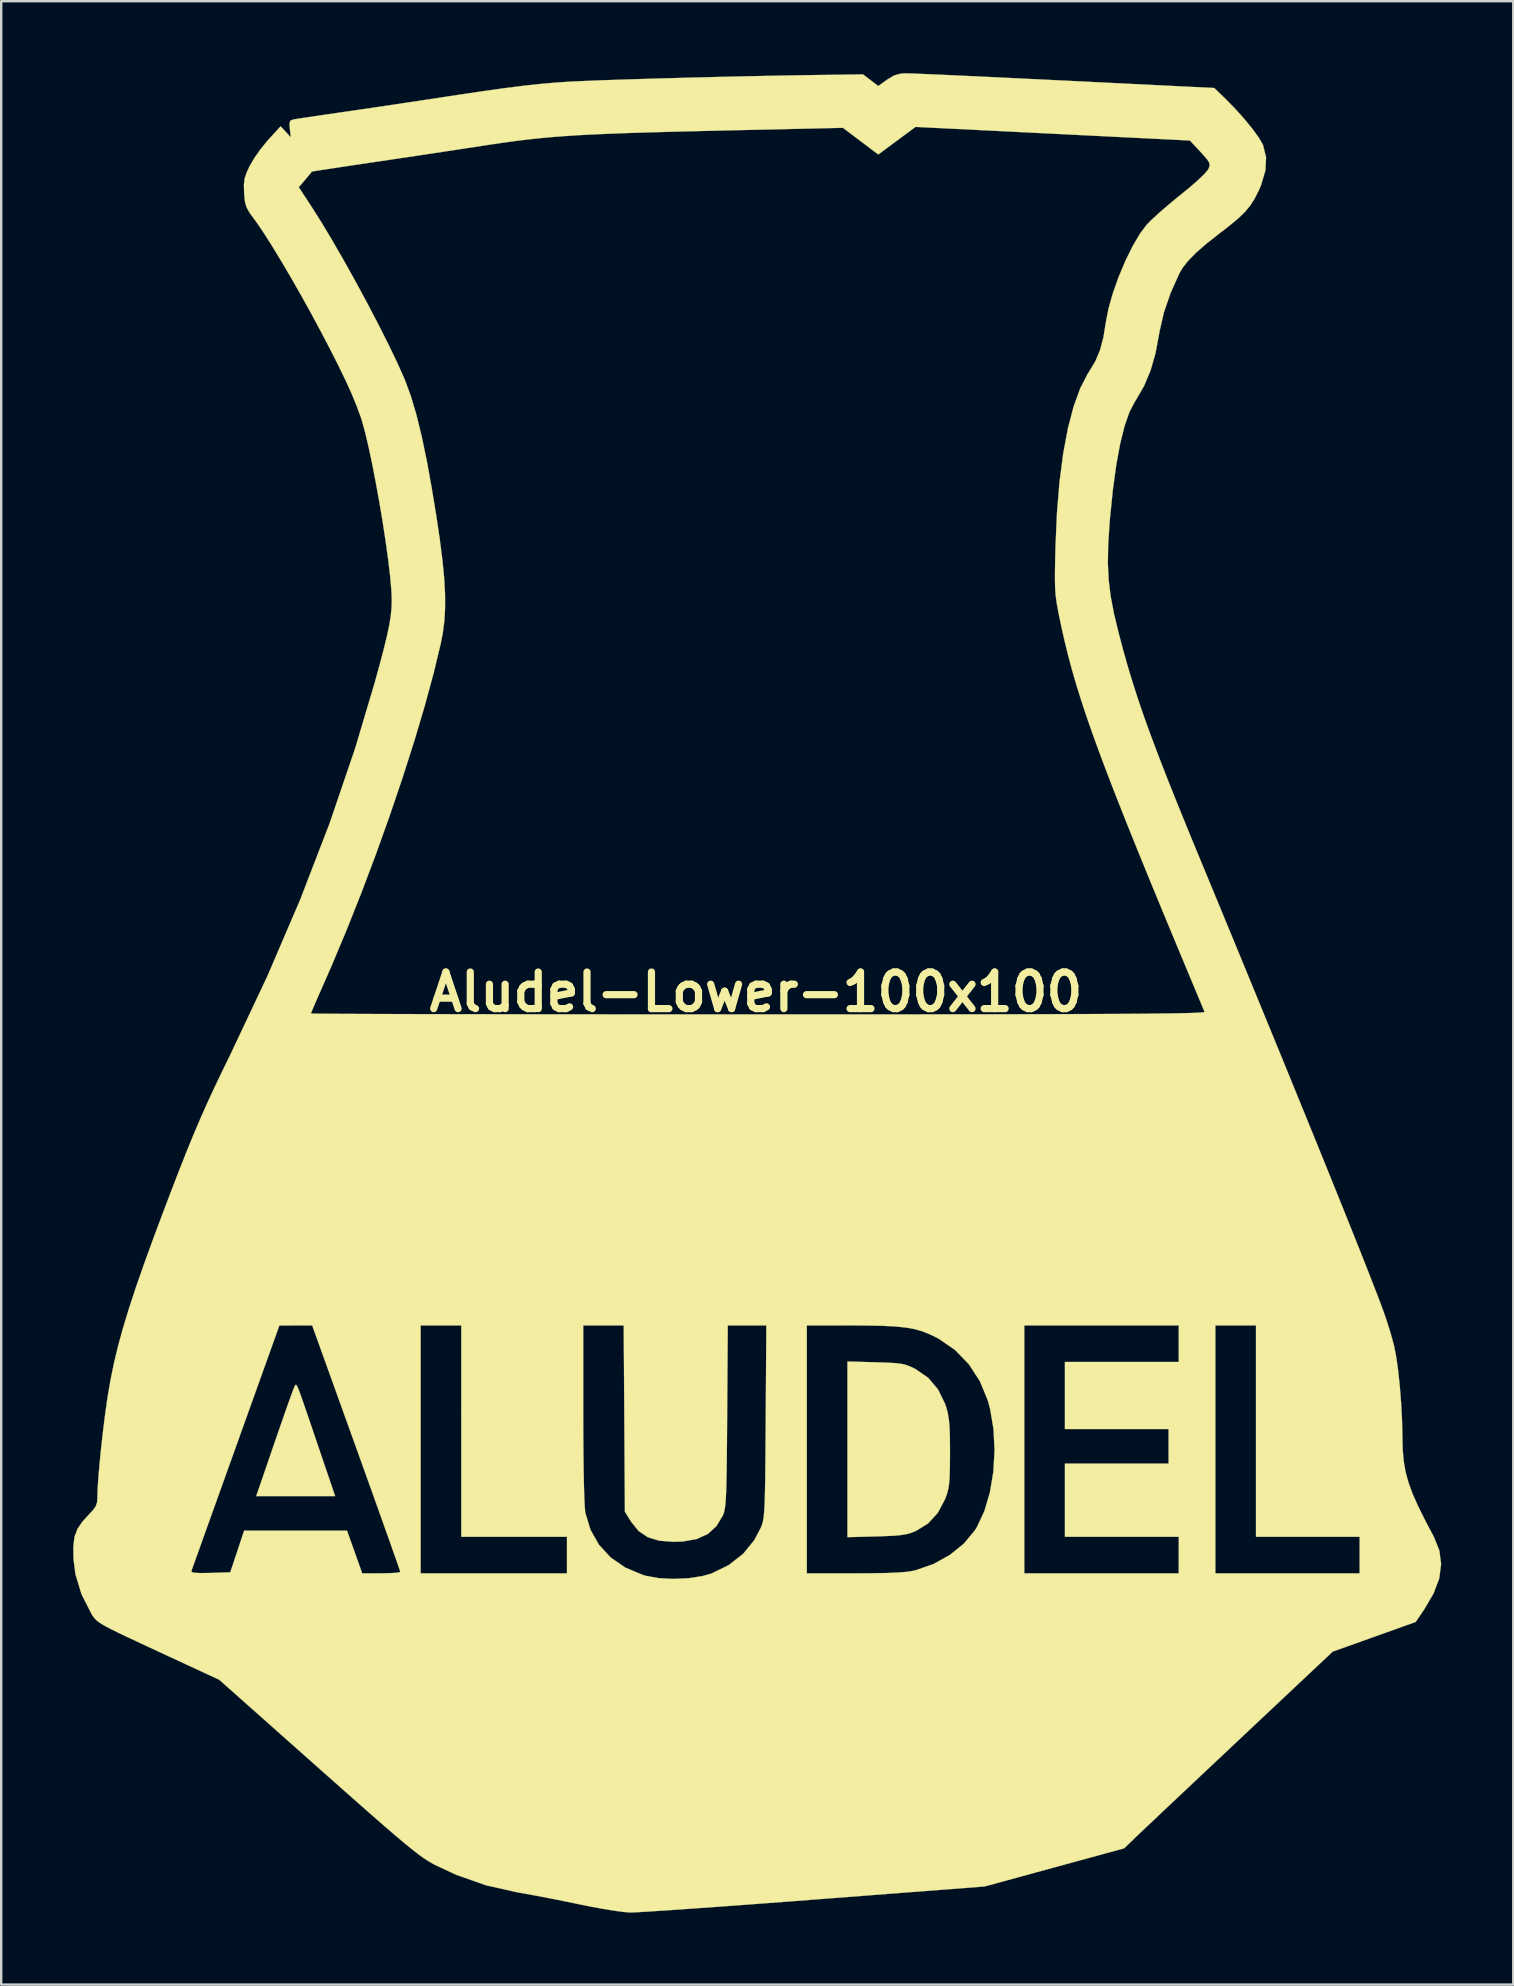
<source format=kicad_pcb>
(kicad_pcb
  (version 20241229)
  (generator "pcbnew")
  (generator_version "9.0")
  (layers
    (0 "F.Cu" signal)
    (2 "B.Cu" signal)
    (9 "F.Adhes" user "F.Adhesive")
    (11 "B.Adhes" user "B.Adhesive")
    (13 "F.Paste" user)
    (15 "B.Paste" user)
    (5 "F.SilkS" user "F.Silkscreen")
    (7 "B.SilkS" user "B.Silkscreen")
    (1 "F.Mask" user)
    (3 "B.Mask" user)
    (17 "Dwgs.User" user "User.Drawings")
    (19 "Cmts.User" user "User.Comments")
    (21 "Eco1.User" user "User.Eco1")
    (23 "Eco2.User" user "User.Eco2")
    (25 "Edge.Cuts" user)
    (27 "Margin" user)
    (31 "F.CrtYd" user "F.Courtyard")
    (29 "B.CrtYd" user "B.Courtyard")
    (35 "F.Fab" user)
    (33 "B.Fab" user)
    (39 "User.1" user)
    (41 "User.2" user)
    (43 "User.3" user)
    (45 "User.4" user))
  (footprint "Aludel-Lower-100x100"
    (layer "F.Cu")
    (at 28.442 38.276)
    (property "Reference" "Aludel-Lower-100x100" (at 0 0 0) (layer "F.SilkS") (effects (font (size 1.524 1.524) (thickness 0.3))))
    (attr through_hole)
    (fp_poly (pts (xy -19.153 16.365) (xy -19.118 16.414) (xy -19.067 16.525) (xy -18.995 16.714) (xy -18.894 16.996) (xy -18.759 17.385) (xy -18.585 17.897) (xy -18.364 18.547) (xy -18.25 18.883) (xy -17.532 20.997) (xy -20.818 20.997) (xy -20.059 18.786) (xy -19.858 18.201) (xy -19.67 17.663) (xy -19.506 17.196) (xy -19.371 16.822) (xy -19.275 16.562) (xy -19.225 16.439) (xy -19.224 16.437) (xy -19.2 16.391) (xy -19.178 16.362) (xy -19.153 16.365)) (stroke (width 0.01) (type solid)) (fill yes) (layer "F.SilkS"))
    (fp_poly (pts (xy 4.983 15.422) (xy 5.459 15.438) (xy 5.805 15.457) (xy 6.059 15.488) (xy 6.26 15.536) (xy 6.447 15.608) (xy 6.653 15.709) (xy 7.171 16.067) (xy 7.582 16.552) (xy 7.877 17.153) (xy 7.927 17.301) (xy 7.99 17.542) (xy 8.034 17.804) (xy 8.063 18.121) (xy 8.077 18.53) (xy 8.081 19.064) (xy 8.081 19.219) (xy 8.077 19.754) (xy 8.067 20.154) (xy 8.047 20.453) (xy 8.013 20.685) (xy 7.962 20.885) (xy 7.891 21.086) (xy 7.88 21.114) (xy 7.574 21.694) (xy 7.163 22.14) (xy 6.667 22.445) (xy 6.463 22.527) (xy 6.253 22.585) (xy 6 22.625) (xy 5.667 22.651) (xy 5.215 22.669) (xy 5.016 22.675) (xy 3.81 22.707) (xy 3.81 15.39) (xy 4.983 15.422)) (stroke (width 0.01) (type solid)) (fill yes) (layer "F.SilkS"))
    (fp_poly (pts (xy 6.387 -38.268) (xy 6.692 -38.256) (xy 7.138 -38.237) (xy 7.71 -38.212) (xy 8.393 -38.181) (xy 9.173 -38.145) (xy 10.036 -38.104) (xy 10.968 -38.059) (xy 11.954 -38.011) (xy 12.869 -37.967) (xy 19.092 -37.66) (xy 19.585 -37.181) (xy 19.977 -36.78) (xy 20.35 -36.362) (xy 20.681 -35.957) (xy 20.941 -35.598) (xy 21.107 -35.316) (xy 21.123 -35.28) (xy 21.248 -34.774) (xy 21.219 -34.218) (xy 21.036 -33.605) (xy 20.953 -33.413) (xy 20.778 -33.065) (xy 20.593 -32.77) (xy 20.369 -32.499) (xy 20.079 -32.22) (xy 19.692 -31.901) (xy 19.372 -31.654) (xy 18.788 -31.196) (xy 18.336 -30.804) (xy 17.999 -30.461) (xy 17.758 -30.151) (xy 17.646 -29.958) (xy 17.275 -29.134) (xy 16.992 -28.31) (xy 16.814 -27.539) (xy 16.804 -27.475) (xy 16.644 -26.62) (xy 16.436 -25.891) (xy 16.165 -25.248) (xy 15.818 -24.65) (xy 15.782 -24.596) (xy 15.559 -24.17) (xy 15.354 -23.582) (xy 15.169 -22.838) (xy 15.005 -21.944) (xy 14.864 -20.906) (xy 14.745 -19.73) (xy 14.724 -19.473) (xy 14.67 -18.61) (xy 14.657 -17.859) (xy 14.691 -17.168) (xy 14.775 -16.483) (xy 14.915 -15.753) (xy 15.099 -14.986) (xy 15.286 -14.279) (xy 15.48 -13.587) (xy 15.69 -12.895) (xy 15.919 -12.184) (xy 16.176 -11.436) (xy 16.466 -10.634) (xy 16.796 -9.761) (xy 17.172 -8.798) (xy 17.6 -7.729) (xy 18.086 -6.536) (xy 18.476 -5.591) (xy 19.269 -3.674) (xy 20.034 -1.82) (xy 20.768 -0.036) (xy 21.469 1.671) (xy 22.134 3.294) (xy 22.759 4.827) (xy 23.344 6.263) (xy 23.883 7.594) (xy 24.376 8.815) (xy 24.818 9.917) (xy 25.208 10.895) (xy 25.542 11.742) (xy 25.818 12.451) (xy 26.033 13.014) (xy 26.136 13.293) (xy 26.288 13.735) (xy 26.437 14.215) (xy 26.558 14.65) (xy 26.589 14.774) (xy 26.673 15.213) (xy 26.751 15.778) (xy 26.819 16.429) (xy 26.874 17.122) (xy 26.911 17.815) (xy 26.927 18.467) (xy 26.927 18.5) (xy 26.939 19.039) (xy 26.979 19.519) (xy 27.055 19.969) (xy 27.176 20.418) (xy 27.351 20.897) (xy 27.59 21.435) (xy 27.902 22.061) (xy 28.236 22.691) (xy 28.465 23.258) (xy 28.54 23.832) (xy 28.461 24.427) (xy 28.225 25.052) (xy 27.838 25.712) (xy 27.481 26.239) (xy 24.024 27.474) (xy 20.119 31.147) (xy 19.422 31.803) (xy 18.751 32.434) (xy 18.118 33.031) (xy 17.535 33.58) (xy 17.013 34.072) (xy 16.566 34.495) (xy 16.204 34.836) (xy 15.941 35.086) (xy 15.787 35.233) (xy 15.776 35.244) (xy 15.338 35.668) (xy 12.432 36.462) (xy 9.525 37.257) (xy 2.413 37.804) (xy 1.318 37.888) (xy 0.261 37.967) (xy -0.743 38.042) (xy -1.682 38.11) (xy -2.542 38.171) (xy -3.308 38.225) (xy -3.968 38.269) (xy -4.508 38.304) (xy -4.914 38.328) (xy -5.173 38.34) (xy -5.249 38.341) (xy -5.515 38.32) (xy -5.906 38.267) (xy -6.382 38.189) (xy -6.905 38.093) (xy -7.324 38.008) (xy -7.913 37.886) (xy -8.544 37.76) (xy -9.158 37.643) (xy -9.696 37.544) (xy -9.948 37.501) (xy -11.238 37.211) (xy -12.474 36.777) (xy -13.377 36.356) (xy -13.535 36.27) (xy -13.702 36.17) (xy -13.887 36.045) (xy -14.101 35.887) (xy -14.356 35.688) (xy -14.661 35.438) (xy -15.028 35.129) (xy -15.467 34.751) (xy -15.988 34.297) (xy -16.603 33.756) (xy -17.321 33.121) (xy -18.154 32.382) (xy -18.228 32.316) (xy -22.359 28.647) (xy -24.901 27.469) (xy -25.593 27.147) (xy -26.149 26.887) (xy -26.585 26.679) (xy -26.917 26.514) (xy -27.163 26.381) (xy -27.341 26.272) (xy -27.465 26.177) (xy -27.555 26.086) (xy -27.626 25.99) (xy -27.677 25.909) (xy -28.098 25.081) (xy -28.351 24.242) (xy -28.367 24.112) (xy -23.519 24.112) (xy -23.501 24.163) (xy -23.388 24.192) (xy -23.155 24.203) (xy -22.779 24.198) (xy -22.729 24.197) (xy -21.9 24.172) (xy -21.611 23.305) (xy -21.322 22.437) (xy -17.036 22.437) (xy -16.403 24.215) (xy -15.61 24.215) (xy -15.267 24.208) (xy -14.998 24.192) (xy -14.842 24.168) (xy -14.817 24.152) (xy -14.845 24.064) (xy -14.925 23.829) (xy -15.054 23.463) (xy -15.225 22.978) (xy -15.435 22.388) (xy -15.678 21.706) (xy -15.949 20.946) (xy -16.245 20.122) (xy -16.559 19.246) (xy -16.652 18.987) (xy -18.488 13.885) (xy -13.97 13.885) (xy -13.97 24.215) (xy -7.874 24.215) (xy -7.874 22.691) (xy -12.277 22.691) (xy -12.277 13.885) (xy -7.197 13.885) (xy -7.197 17.557) (xy -7.195 18.414) (xy -7.189 19.209) (xy -7.18 19.925) (xy -7.167 20.545) (xy -7.152 21.052) (xy -7.135 21.427) (xy -7.115 21.655) (xy -7.111 21.684) (xy -6.895 22.401) (xy -6.539 23.028) (xy -6.052 23.556) (xy -5.443 23.975) (xy -4.72 24.278) (xy -4.572 24.321) (xy -4.042 24.416) (xy -3.433 24.447) (xy -2.807 24.417) (xy -2.228 24.328) (xy -1.842 24.218) (xy -1.837 24.215) (xy 2.117 24.215) (xy 4.131 24.215) (xy 4.855 24.212) (xy 5.432 24.201) (xy 5.884 24.183) (xy 6.234 24.156) (xy 6.502 24.118) (xy 6.65 24.086) (xy 7.399 23.824) (xy 8.079 23.446) (xy 8.662 22.973) (xy 9.119 22.423) (xy 9.204 22.287) (xy 9.517 21.615) (xy 9.746 20.832) (xy 9.888 19.978) (xy 9.938 19.089) (xy 9.894 18.206) (xy 9.753 17.366) (xy 9.658 17.014) (xy 9.328 16.212) (xy 8.869 15.506) (xy 8.293 14.91) (xy 7.612 14.441) (xy 7.565 14.416) (xy 7.246 14.258) (xy 6.935 14.134) (xy 6.604 14.04) (xy 6.228 13.973) (xy 5.78 13.928) (xy 5.233 13.901) (xy 4.561 13.889) (xy 4.043 13.887) (xy 2.117 13.885) (xy 11.176 13.885) (xy 11.176 24.215) (xy 17.611 24.215) (xy 17.611 22.691) (xy 12.869 22.691) (xy 12.869 19.643) (xy 17.187 19.643) (xy 17.187 18.203) (xy 12.869 18.203) (xy 12.869 15.409) (xy 17.611 15.409) (xy 17.611 13.885) (xy 19.135 13.885) (xy 19.135 24.215) (xy 25.146 24.215) (xy 25.146 22.691) (xy 20.828 22.691) (xy 20.828 13.885) (xy 19.135 13.885) (xy 17.611 13.885) (xy 11.176 13.885) (xy 2.117 13.885) (xy 2.117 24.215) (xy -1.837 24.215) (xy -1.133 23.868) (xy -0.539 23.404) (xy -0.072 22.834) (xy 0.212 22.292) (xy 0.251 22.189) (xy 0.284 22.075) (xy 0.31 21.935) (xy 0.332 21.753) (xy 0.35 21.513) (xy 0.364 21.2) (xy 0.375 20.797) (xy 0.384 20.289) (xy 0.391 19.66) (xy 0.398 18.895) (xy 0.404 17.978) (xy 0.405 17.886) (xy 0.431 13.885) (xy -1.176 13.885) (xy -1.202 17.674) (xy -1.208 18.583) (xy -1.215 19.339) (xy -1.223 19.958) (xy -1.233 20.454) (xy -1.245 20.845) (xy -1.26 21.146) (xy -1.279 21.372) (xy -1.302 21.541) (xy -1.331 21.667) (xy -1.365 21.766) (xy -1.38 21.802) (xy -1.648 22.247) (xy -2.003 22.571) (xy -2.46 22.781) (xy -3.035 22.886) (xy -3.433 22.901) (xy -4.033 22.854) (xy -4.511 22.707) (xy -4.893 22.448) (xy -5.2 22.067) (xy -5.206 22.058) (xy -5.461 21.646) (xy -5.485 17.766) (xy -5.51 13.885) (xy -7.197 13.885) (xy -12.277 13.885) (xy -13.97 13.885) (xy -18.488 13.885) (xy -19.854 13.889) (xy -21.667 18.946) (xy -21.984 19.831) (xy -22.285 20.671) (xy -22.565 21.45) (xy -22.818 22.157) (xy -23.04 22.776) (xy -23.225 23.294) (xy -23.37 23.697) (xy -23.468 23.971) (xy -23.516 24.103) (xy -23.519 24.112) (xy -28.367 24.112) (xy -28.43 23.611) (xy -28.437 23.095) (xy -28.388 22.695) (xy -28.265 22.365) (xy -28.055 22.056) (xy -27.846 21.826) (xy -27.626 21.592) (xy -27.502 21.418) (xy -27.446 21.247) (xy -27.432 21.021) (xy -27.432 20.958) (xy -27.42 20.62) (xy -27.388 20.15) (xy -27.338 19.585) (xy -27.275 18.96) (xy -27.202 18.31) (xy -27.123 17.673) (xy -27.042 17.084) (xy -27 16.806) (xy -26.881 16.122) (xy -26.74 15.437) (xy -26.57 14.73) (xy -26.364 13.983) (xy -26.118 13.174) (xy -25.825 12.284) (xy -25.479 11.294) (xy -25.074 10.182) (xy -24.765 9.356) (xy -24.379 8.337) (xy -24.037 7.45) (xy -23.728 6.668) (xy -23.439 5.961) (xy -23.159 5.302) (xy -22.876 4.663) (xy -22.577 4.017) (xy -22.252 3.335) (xy -21.893 2.6) (xy -20.36 -0.649) (xy -18.986 -3.851) (xy -17.766 -7.016) (xy -16.698 -10.15) (xy -15.888 -12.869) (xy -15.671 -13.657) (xy -15.5 -14.307) (xy -15.37 -14.843) (xy -15.276 -15.288) (xy -15.215 -15.667) (xy -15.181 -16.003) (xy -15.172 -16.32) (xy -15.183 -16.642) (xy -15.19 -16.764) (xy -15.243 -17.351) (xy -15.325 -18.043) (xy -15.432 -18.809) (xy -15.557 -19.621) (xy -15.697 -20.45) (xy -15.845 -21.265) (xy -15.996 -22.039) (xy -16.146 -22.742) (xy -16.289 -23.344) (xy -16.42 -23.817) (xy -16.459 -23.937) (xy -16.627 -24.397) (xy -16.828 -24.89) (xy -17.076 -25.438) (xy -17.379 -26.066) (xy -17.749 -26.797) (xy -18.103 -27.474) (xy -18.51 -28.233) (xy -18.934 -28.998) (xy -19.36 -29.744) (xy -19.773 -30.446) (xy -20.159 -31.08) (xy -20.503 -31.622) (xy -20.79 -32.046) (xy -20.881 -32.169) (xy -21.089 -32.457) (xy -21.215 -32.676) (xy -21.281 -32.886) (xy -21.314 -33.15) (xy -21.323 -33.294) (xy -21.329 -33.527) (xy -19.046 -33.527) (xy -18.506 -32.702) (xy -18.095 -32.052) (xy -17.643 -31.298) (xy -17.166 -30.47) (xy -16.68 -29.598) (xy -16.201 -28.711) (xy -15.745 -27.84) (xy -15.329 -27.015) (xy -14.967 -26.264) (xy -14.677 -25.619) (xy -14.617 -25.477) (xy -14.376 -24.822) (xy -14.145 -24.044) (xy -13.921 -23.129) (xy -13.701 -22.068) (xy -13.507 -20.992) (xy -13.32 -19.856) (xy -13.173 -18.866) (xy -13.063 -18.004) (xy -12.99 -17.25) (xy -12.953 -16.588) (xy -12.951 -15.997) (xy -12.982 -15.461) (xy -13.046 -14.959) (xy -13.127 -14.541) (xy -13.426 -13.295) (xy -13.798 -11.926) (xy -14.233 -10.461) (xy -14.724 -8.925) (xy -15.26 -7.343) (xy -15.833 -5.742) (xy -16.434 -4.148) (xy -17.054 -2.586) (xy -17.685 -1.081) (xy -17.985 -0.398) (xy -18.172 0.026) (xy -18.333 0.394) (xy -18.455 0.678) (xy -18.527 0.852) (xy -18.542 0.894) (xy -18.459 0.897) (xy -18.214 0.901) (xy -17.814 0.904) (xy -17.269 0.907) (xy -16.585 0.91) (xy -15.769 0.913) (xy -14.83 0.916) (xy -13.775 0.919) (xy -12.612 0.921) (xy -11.349 0.923) (xy -9.992 0.925) (xy -8.55 0.927) (xy -7.031 0.928) (xy -5.442 0.93) (xy -3.79 0.931) (xy -2.083 0.931) (xy -0.33 0.931) (xy 0.094 0.931) (xy 2.258 0.931) (xy 4.258 0.931) (xy 6.1 0.93) (xy 7.79 0.928) (xy 9.333 0.927) (xy 10.735 0.924) (xy 12.001 0.922) (xy 13.138 0.918) (xy 14.149 0.914) (xy 15.043 0.91) (xy 15.823 0.905) (xy 16.496 0.899) (xy 17.067 0.892) (xy 17.541 0.885) (xy 17.925 0.877) (xy 18.225 0.868) (xy 18.444 0.858) (xy 18.591 0.848) (xy 18.669 0.836) (xy 18.686 0.826) (xy 18.636 0.706) (xy 18.537 0.469) (xy 18.405 0.153) (xy 18.306 -0.085) (xy 17.608 -1.757) (xy 16.974 -3.284) (xy 16.4 -4.676) (xy 15.883 -5.944) (xy 15.419 -7.097) (xy 15.004 -8.147) (xy 14.634 -9.102) (xy 14.306 -9.974) (xy 14.016 -10.772) (xy 13.76 -11.507) (xy 13.535 -12.19) (xy 13.336 -12.829) (xy 13.16 -13.436) (xy 13.004 -14.02) (xy 12.863 -14.593) (xy 12.734 -15.163) (xy 12.646 -15.579) (xy 12.575 -15.933) (xy 12.522 -16.232) (xy 12.485 -16.51) (xy 12.463 -16.801) (xy 12.454 -17.136) (xy 12.455 -17.551) (xy 12.465 -18.077) (xy 12.476 -18.542) (xy 12.537 -19.953) (xy 12.644 -21.252) (xy 12.797 -22.431) (xy 12.993 -23.48) (xy 13.231 -24.391) (xy 13.508 -25.156) (xy 13.825 -25.766) (xy 13.884 -25.856) (xy 14.142 -26.288) (xy 14.333 -26.746) (xy 14.473 -27.276) (xy 14.574 -27.898) (xy 14.685 -28.474) (xy 14.869 -29.12) (xy 15.109 -29.795) (xy 15.388 -30.459) (xy 15.69 -31.072) (xy 15.998 -31.595) (xy 16.269 -31.957) (xy 16.468 -32.16) (xy 16.766 -32.435) (xy 17.131 -32.751) (xy 17.526 -33.08) (xy 17.694 -33.215) (xy 18.099 -33.546) (xy 18.438 -33.844) (xy 18.69 -34.088) (xy 18.833 -34.258) (xy 18.851 -34.292) (xy 18.895 -34.422) (xy 18.886 -34.536) (xy 18.805 -34.673) (xy 18.633 -34.873) (xy 18.514 -35.002) (xy 18.076 -35.473) (xy 6.646 -36.04) (xy 5.095 -34.891) (xy 3.622 -36.002) (xy -0.623 -35.907) (xy -1.978 -35.876) (xy -3.178 -35.847) (xy -4.239 -35.818) (xy -5.178 -35.79) (xy -6.008 -35.76) (xy -6.745 -35.728) (xy -7.405 -35.694) (xy -8.002 -35.655) (xy -8.553 -35.612) (xy -9.071 -35.563) (xy -9.574 -35.508) (xy -10.075 -35.445) (xy -10.591 -35.374) (xy -11.136 -35.293) (xy -11.345 -35.261) (xy -12.138 -35.14) (xy -13.034 -35.004) (xy -13.973 -34.862) (xy -14.896 -34.724) (xy -15.742 -34.598) (xy -16.129 -34.541) (xy -16.74 -34.45) (xy -17.293 -34.367) (xy -17.766 -34.295) (xy -18.139 -34.238) (xy -18.391 -34.198) (xy -18.5 -34.178) (xy -18.503 -34.177) (xy -18.555 -34.11) (xy -18.682 -33.956) (xy -18.776 -33.845) (xy -19.046 -33.527) (xy -21.329 -33.527) (xy -21.331 -33.634) (xy -21.3 -33.893) (xy -21.212 -34.152) (xy -21.093 -34.407) (xy -20.905 -34.73) (xy -20.646 -35.1) (xy -20.366 -35.445) (xy -20.316 -35.502) (xy -19.801 -36.064) (xy -19.588 -35.833) (xy -19.376 -35.602) (xy -19.417 -35.96) (xy -19.434 -36.186) (xy -19.398 -36.297) (xy -19.279 -36.347) (xy -19.19 -36.363) (xy -19.027 -36.389) (xy -18.727 -36.434) (xy -18.317 -36.495) (xy -17.829 -36.566) (xy -17.29 -36.645) (xy -17.145 -36.666) (xy -16.615 -36.743) (xy -15.955 -36.84) (xy -15.201 -36.952) (xy -14.39 -37.074) (xy -13.558 -37.199) (xy -12.743 -37.323) (xy -12.361 -37.381) (xy -11.336 -37.534) (xy -10.448 -37.657) (xy -9.672 -37.755) (xy -8.978 -37.83) (xy -8.34 -37.886) (xy -7.729 -37.926) (xy -7.705 -37.927) (xy -7.183 -37.951) (xy -6.514 -37.978) (xy -5.723 -38.005) (xy -4.83 -38.033) (xy -3.861 -38.062) (xy -2.837 -38.089) (xy -1.781 -38.116) (xy -0.716 -38.141) (xy 0.334 -38.163) (xy 1.346 -38.182) (xy 2.299 -38.198) (xy 2.631 -38.202) (xy 4.458 -38.227) (xy 5.094 -37.742) (xy 5.46 -38.006) (xy 5.754 -38.183) (xy 6.033 -38.26) (xy 6.237 -38.271) (xy 6.387 -38.268)) (stroke (width 0.01) (type solid)) (fill yes) (layer "F.SilkS")))
  (gr_rect
    (start -3 -3)
    (end 59.988 79.622)
    (stroke (width 0.1) (type default))
    (fill no)
    (layer "Edge.Cuts")))
</source>
